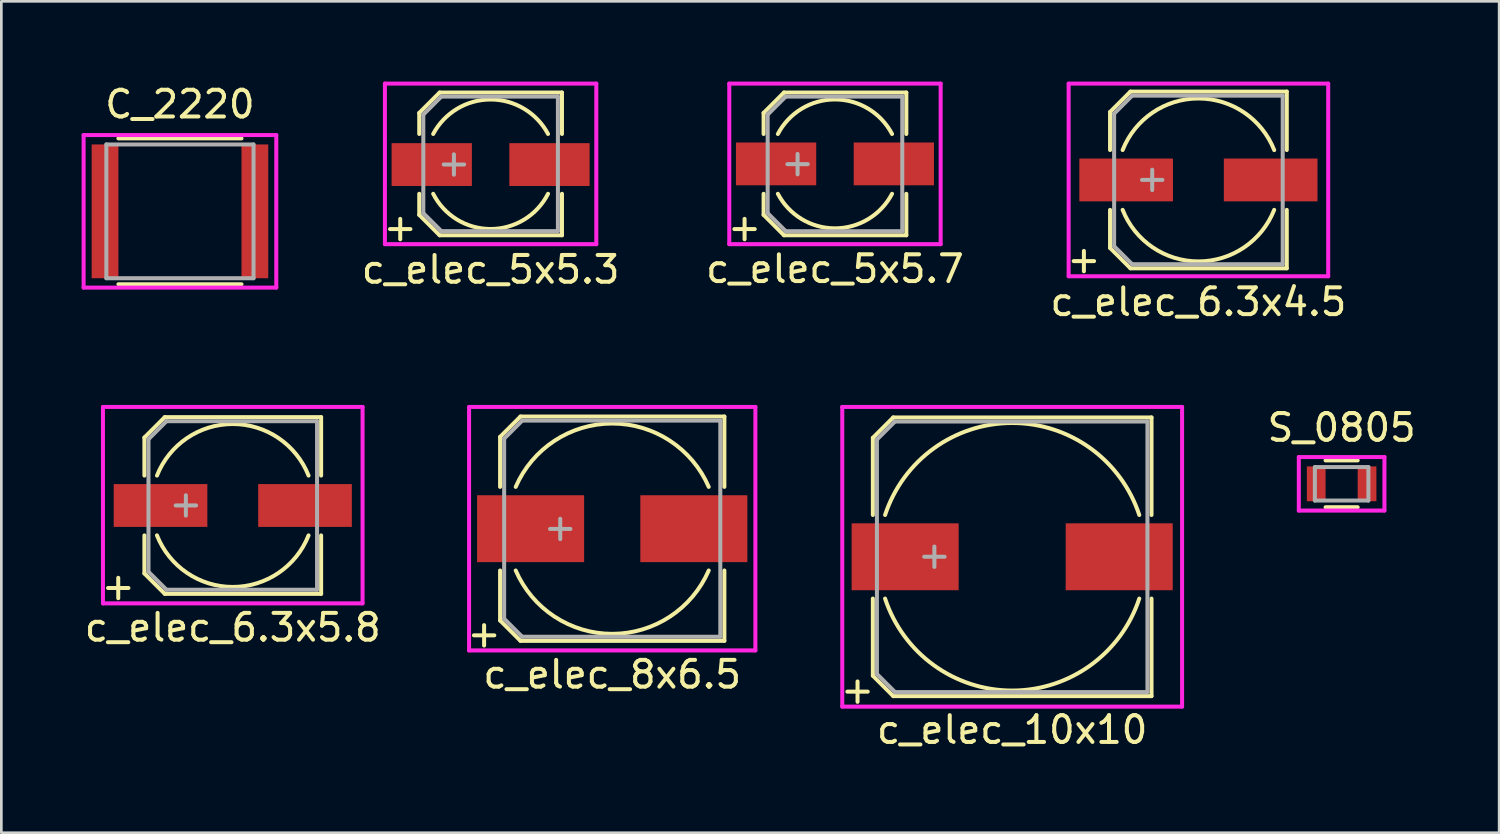
<source format=kicad_pcb>
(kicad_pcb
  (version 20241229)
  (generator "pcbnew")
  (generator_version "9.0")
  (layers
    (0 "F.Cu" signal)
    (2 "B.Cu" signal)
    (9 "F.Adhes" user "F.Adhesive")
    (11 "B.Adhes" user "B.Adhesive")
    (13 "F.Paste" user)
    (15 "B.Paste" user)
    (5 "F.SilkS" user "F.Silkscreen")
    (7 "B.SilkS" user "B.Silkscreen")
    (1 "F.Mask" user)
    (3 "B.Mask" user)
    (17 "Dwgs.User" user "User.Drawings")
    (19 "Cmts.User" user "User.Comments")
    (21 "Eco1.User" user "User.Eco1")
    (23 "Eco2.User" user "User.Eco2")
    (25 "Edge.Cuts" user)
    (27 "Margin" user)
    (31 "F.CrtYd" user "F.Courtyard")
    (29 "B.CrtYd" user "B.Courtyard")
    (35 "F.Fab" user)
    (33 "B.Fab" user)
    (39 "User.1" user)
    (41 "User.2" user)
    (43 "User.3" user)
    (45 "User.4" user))
  (footprint "c_elec_5x5.7"
    (layer "F.Cu")
    (at 28.154 3.075)
    (property "Reference" "c_elec_5x5.7" (at 0 3.924 0) (layer "F.SilkS") (effects (font (size 1 1) (thickness 0.15))))
    (attr smd)
    (fp_line (start -2.667 -1.905) (end -2.667 -1.118) (stroke (width 0.15) (type solid)) (layer "F.SilkS"))
    (fp_line (start -2.667 1.905) (end -2.667 1.118) (stroke (width 0.15) (type solid)) (layer "F.SilkS"))
    (fp_line (start -2.667 1.905) (end -1.905 2.667) (stroke (width 0.15) (type solid)) (layer "F.SilkS"))
    (fp_line (start -1.905 -2.667) (end -2.667 -1.905) (stroke (width 0.15) (type solid)) (layer "F.SilkS"))
    (fp_line (start -1.905 2.667) (end 2.667 2.667) (stroke (width 0.15) (type solid)) (layer "F.SilkS"))
    (fp_line (start 2.667 -2.667) (end -1.905 -2.667) (stroke (width 0.15) (type solid)) (layer "F.SilkS"))
    (fp_line (start 2.667 -2.667) (end 2.667 -1.118) (stroke (width 0.15) (type solid)) (layer "F.SilkS"))
    (fp_line (start 2.667 2.667) (end 2.667 1.118) (stroke (width 0.15) (type solid)) (layer "F.SilkS"))
    (fp_arc (start -2.1336 -1.1176) (mid 0 -2.408584) (end 2.1336 -1.1176) (stroke (width 0.15) (type solid)) (layer "F.SilkS"))
    (fp_arc (start 2.1336 1.1176) (mid 0 2.408584) (end -2.1336 1.1176) (stroke (width 0.15) (type solid)) (layer "F.SilkS"))
    (fp_line (start -3.95 -3) (end -3.95 3) (stroke (width 0.15) (type solid)) (layer "F.CrtYd"))
    (fp_line (start -3.95 3) (end 3.95 3) (stroke (width 0.15) (type solid)) (layer "F.CrtYd"))
    (fp_line (start 3.95 -3) (end -3.95 -3) (stroke (width 0.15) (type solid)) (layer "F.CrtYd"))
    (fp_line (start 3.95 3) (end 3.95 -3) (stroke (width 0.15) (type solid)) (layer "F.CrtYd"))
    (fp_line (start -2.515 -1.841) (end -2.515 1.841) (stroke (width 0.15) (type solid)) (layer "F.Fab"))
    (fp_line (start -2.515 1.841) (end -1.841 2.515) (stroke (width 0.15) (type solid)) (layer "F.Fab"))
    (fp_line (start -1.841 -2.515) (end -2.515 -1.841) (stroke (width 0.15) (type solid)) (layer "F.Fab"))
    (fp_line (start -1.841 2.515) (end 2.515 2.515) (stroke (width 0.15) (type solid)) (layer "F.Fab"))
    (fp_line (start 2.515 -2.515) (end -1.841 -2.515) (stroke (width 0.15) (type solid)) (layer "F.Fab"))
    (fp_line (start 2.515 2.515) (end 2.515 -2.515) (stroke (width 0.15) (type solid)) (layer "F.Fab"))
    (fp_text user "+" (at -3.378 2.362 0) (layer "F.SilkS") (effects (font (size 1 1) (thickness 0.15))))
    (fp_text user "+" (at -1.397 -0.064 0) (layer "F.Fab") (effects (font (size 1 1) (thickness 0.15))))
    (pad "1" smd rect (at -2.2 0 180) (size 3 1.6) (layers "F.Cu" "F.Mask" "F.Paste"))
    (pad "2" smd rect (at 2.2 0 180) (size 3 1.6) (layers "F.Cu" "F.Mask" "F.Paste")))
  (footprint "c_elec_8x6.5"
    (layer "F.Cu")
    (at 19.83 16.708)
    (property "Reference" "c_elec_8x6.5" (at 0 5.448 0) (layer "F.SilkS") (effects (font (size 1 1) (thickness 0.15))))
    (attr smd)
    (fp_line (start -4.191 -3.429) (end -4.191 -1.562) (stroke (width 0.15) (type solid)) (layer "F.SilkS"))
    (fp_line (start -4.191 -3.429) (end -3.429 -4.191) (stroke (width 0.15) (type solid)) (layer "F.SilkS"))
    (fp_line (start -4.191 3.429) (end -4.191 1.562) (stroke (width 0.15) (type solid)) (layer "F.SilkS"))
    (fp_line (start -3.429 -4.191) (end 4.191 -4.191) (stroke (width 0.15) (type solid)) (layer "F.SilkS"))
    (fp_line (start -3.429 4.191) (end -4.191 3.429) (stroke (width 0.15) (type solid)) (layer "F.SilkS"))
    (fp_line (start 4.191 -4.191) (end 4.191 -1.562) (stroke (width 0.15) (type solid)) (layer "F.SilkS"))
    (fp_line (start 4.191 4.191) (end -3.429 4.191) (stroke (width 0.15) (type solid)) (layer "F.SilkS"))
    (fp_line (start 4.191 4.191) (end 4.191 1.562) (stroke (width 0.15) (type solid)) (layer "F.SilkS"))
    (fp_arc (start -3.6068 -1.5621) (mid 0 -3.930542) (end 3.6068 -1.5621) (stroke (width 0.15) (type solid)) (layer "F.SilkS"))
    (fp_arc (start 3.6068 1.5621) (mid 0 3.930542) (end -3.6068 1.5621) (stroke (width 0.15) (type solid)) (layer "F.SilkS"))
    (fp_line (start -5.35 -4.55) (end -5.35 4.55) (stroke (width 0.15) (type solid)) (layer "F.CrtYd"))
    (fp_line (start -5.35 4.55) (end 5.35 4.55) (stroke (width 0.15) (type solid)) (layer "F.CrtYd"))
    (fp_line (start 5.35 -4.55) (end -5.35 -4.55) (stroke (width 0.15) (type solid)) (layer "F.CrtYd"))
    (fp_line (start 5.35 4.55) (end 5.35 -4.55) (stroke (width 0.15) (type solid)) (layer "F.CrtYd"))
    (fp_line (start -4.039 -3.365) (end -4.039 3.365) (stroke (width 0.15) (type solid)) (layer "F.Fab"))
    (fp_line (start -4.039 3.365) (end -3.365 4.039) (stroke (width 0.15) (type solid)) (layer "F.Fab"))
    (fp_line (start -3.365 -4.039) (end -4.039 -3.365) (stroke (width 0.15) (type solid)) (layer "F.Fab"))
    (fp_line (start -3.365 4.039) (end 4.039 4.039) (stroke (width 0.15) (type solid)) (layer "F.Fab"))
    (fp_line (start 4.039 -4.039) (end -3.365 -4.039) (stroke (width 0.15) (type solid)) (layer "F.Fab"))
    (fp_line (start 4.039 4.039) (end 4.039 -4.039) (stroke (width 0.15) (type solid)) (layer "F.Fab"))
    (fp_text user "+" (at -4.788 3.912 0) (layer "F.SilkS") (effects (font (size 1 1) (thickness 0.15))))
    (fp_text user "+" (at -1.943 -0.064 0) (layer "F.Fab") (effects (font (size 1 1) (thickness 0.15))))
    (pad "1" smd rect (at -3.05 0 180) (size 4 2.5) (layers "F.Cu" "F.Mask" "F.Paste"))
    (pad "2" smd rect (at 3.05 0 180) (size 4 2.5) (layers "F.Cu" "F.Mask" "F.Paste")))
  (footprint "S_0805"
    (layer "F.Cu")
    (at 47.089 15.031)
    (property "Reference" "S_0805" (at 0 -2.1 0) (layer "F.SilkS") (effects (font (size 1 1) (thickness 0.15))))
    (attr smd)
    (fp_line (start -0.6 -0.875) (end 0.6 -0.875) (stroke (width 0.15) (type solid)) (layer "F.SilkS"))
    (fp_line (start 0.6 0.875) (end -0.6 0.875) (stroke (width 0.15) (type solid)) (layer "F.SilkS"))
    (fp_line (start -1.6 -1) (end -1.6 1) (stroke (width 0.15) (type solid)) (layer "F.CrtYd"))
    (fp_line (start -1.6 -1) (end 1.6 -1) (stroke (width 0.15) (type solid)) (layer "F.CrtYd"))
    (fp_line (start -1.6 1) (end 1.6 1) (stroke (width 0.15) (type solid)) (layer "F.CrtYd"))
    (fp_line (start 1.6 -1) (end 1.6 1) (stroke (width 0.15) (type solid)) (layer "F.CrtYd"))
    (fp_line (start -1 -0.625) (end 1 -0.625) (stroke (width 0.15) (type solid)) (layer "F.Fab"))
    (fp_line (start -1 0.625) (end -1 -0.625) (stroke (width 0.15) (type solid)) (layer "F.Fab"))
    (fp_line (start 1 -0.625) (end 1 0.625) (stroke (width 0.15) (type solid)) (layer "F.Fab"))
    (fp_line (start 1 0.625) (end -1 0.625) (stroke (width 0.15) (type solid)) (layer "F.Fab"))
    (pad "1" smd rect (at -0.95 0) (size 0.7 1.3) (layers "F.Cu" "F.Mask" "F.Paste"))
    (pad "2" smd rect (at 0.95 0) (size 0.7 1.3) (layers "F.Cu" "F.Mask" "F.Paste")))
  (footprint "c_elec_10x10"
    (layer "F.Cu")
    (at 34.777 17.758)
    (property "Reference" "c_elec_10x10" (at 0 6.464 0) (layer "F.SilkS") (effects (font (size 1 1) (thickness 0.15))))
    (attr smd)
    (fp_line (start -5.207 -4.445) (end -5.207 -1.562) (stroke (width 0.15) (type solid)) (layer "F.SilkS"))
    (fp_line (start -5.207 -4.445) (end -4.445 -5.207) (stroke (width 0.15) (type solid)) (layer "F.SilkS"))
    (fp_line (start -5.207 4.445) (end -5.207 1.562) (stroke (width 0.15) (type solid)) (layer "F.SilkS"))
    (fp_line (start -4.445 -5.207) (end 5.207 -5.207) (stroke (width 0.15) (type solid)) (layer "F.SilkS"))
    (fp_line (start -4.445 5.207) (end -5.207 4.445) (stroke (width 0.15) (type solid)) (layer "F.SilkS"))
    (fp_line (start 5.207 -5.207) (end 5.207 -1.562) (stroke (width 0.15) (type solid)) (layer "F.SilkS"))
    (fp_line (start 5.207 5.207) (end -4.445 5.207) (stroke (width 0.15) (type solid)) (layer "F.SilkS"))
    (fp_line (start 5.207 5.207) (end 5.207 1.562) (stroke (width 0.15) (type solid)) (layer "F.SilkS"))
    (fp_arc (start -4.7498 -1.5621) (mid 0 -5.000076) (end 4.7498 -1.5621) (stroke (width 0.15) (type solid)) (layer "F.SilkS"))
    (fp_arc (start 4.7498 1.5621) (mid 0 5.000076) (end -4.7498 1.5621) (stroke (width 0.15) (type solid)) (layer "F.SilkS"))
    (fp_line (start -6.35 -5.6) (end -6.35 5.6) (stroke (width 0.15) (type solid)) (layer "F.CrtYd"))
    (fp_line (start -6.35 5.6) (end 6.35 5.6) (stroke (width 0.15) (type solid)) (layer "F.CrtYd"))
    (fp_line (start 6.35 -5.6) (end -6.35 -5.6) (stroke (width 0.15) (type solid)) (layer "F.CrtYd"))
    (fp_line (start 6.35 5.6) (end 6.35 -5.6) (stroke (width 0.15) (type solid)) (layer "F.CrtYd"))
    (fp_line (start -5.055 -4.381) (end -5.055 4.381) (stroke (width 0.15) (type solid)) (layer "F.Fab"))
    (fp_line (start -5.055 4.381) (end -4.381 5.055) (stroke (width 0.15) (type solid)) (layer "F.Fab"))
    (fp_line (start -4.381 -5.055) (end -5.055 -4.381) (stroke (width 0.15) (type solid)) (layer "F.Fab"))
    (fp_line (start -4.381 5.055) (end 5.055 5.055) (stroke (width 0.15) (type solid)) (layer "F.Fab"))
    (fp_line (start 5.055 -5.055) (end -4.381 -5.055) (stroke (width 0.15) (type solid)) (layer "F.Fab"))
    (fp_line (start 5.055 5.055) (end 5.055 -5.055) (stroke (width 0.15) (type solid)) (layer "F.Fab"))
    (fp_text user "+" (at -5.779 4.966 0) (layer "F.SilkS") (effects (font (size 1 1) (thickness 0.15))))
    (fp_text user "+" (at -2.908 -0.076 0) (layer "F.Fab") (effects (font (size 1 1) (thickness 0.15))))
    (pad "1" smd rect (at -4 0 180) (size 4 2.5) (layers "F.Cu" "F.Mask" "F.Paste"))
    (pad "2" smd rect (at 4 0 180) (size 4 2.5) (layers "F.Cu" "F.Mask" "F.Paste")))
  (footprint "c_elec_5x5.3"
    (layer "F.Cu")
    (at 15.285 3.1)
    (property "Reference" "c_elec_5x5.3" (at 0 3.924 0) (layer "F.SilkS") (effects (font (size 1 1) (thickness 0.15))))
    (attr smd)
    (fp_line (start -2.667 -1.93) (end -2.667 -1.143) (stroke (width 0.15) (type solid)) (layer "F.SilkS"))
    (fp_line (start -2.667 1.88) (end -2.667 1.092) (stroke (width 0.15) (type solid)) (layer "F.SilkS"))
    (fp_line (start -2.667 1.88) (end -1.905 2.642) (stroke (width 0.15) (type solid)) (layer "F.SilkS"))
    (fp_line (start -1.905 -2.692) (end -2.667 -1.93) (stroke (width 0.15) (type solid)) (layer "F.SilkS"))
    (fp_line (start -1.905 2.642) (end 2.667 2.642) (stroke (width 0.15) (type solid)) (layer "F.SilkS"))
    (fp_line (start 2.667 -2.692) (end -1.905 -2.692) (stroke (width 0.15) (type solid)) (layer "F.SilkS"))
    (fp_line (start 2.667 -2.692) (end 2.667 -1.143) (stroke (width 0.15) (type solid)) (layer "F.SilkS"))
    (fp_line (start 2.667 2.642) (end 2.667 1.092) (stroke (width 0.15) (type solid)) (layer "F.SilkS"))
    (fp_arc (start -2.1463 -1.143) (mid -0.000369 -2.431677) (end 2.145953 -1.143652) (stroke (width 0.15) (type solid)) (layer "F.SilkS"))
    (fp_arc (start 2.1463 1.0922) (mid 0.000206 2.408216) (end -2.146113 1.092567) (stroke (width 0.15) (type solid)) (layer "F.SilkS"))
    (fp_line (start -3.95 -3.025) (end -3.95 2.975) (stroke (width 0.15) (type solid)) (layer "F.CrtYd"))
    (fp_line (start -3.95 2.975) (end 3.95 2.975) (stroke (width 0.15) (type solid)) (layer "F.CrtYd"))
    (fp_line (start 3.95 -3.025) (end -3.95 -3.025) (stroke (width 0.15) (type solid)) (layer "F.CrtYd"))
    (fp_line (start 3.95 2.975) (end 3.95 -3.025) (stroke (width 0.15) (type solid)) (layer "F.CrtYd"))
    (fp_line (start -2.515 -1.867) (end -2.515 1.816) (stroke (width 0.15) (type solid)) (layer "F.Fab"))
    (fp_line (start -2.515 1.816) (end -1.841 2.489) (stroke (width 0.15) (type solid)) (layer "F.Fab"))
    (fp_line (start -1.841 -2.54) (end -2.515 -1.867) (stroke (width 0.15) (type solid)) (layer "F.Fab"))
    (fp_line (start -1.841 2.489) (end 2.515 2.489) (stroke (width 0.15) (type solid)) (layer "F.Fab"))
    (fp_line (start 2.515 -2.54) (end -1.841 -2.54) (stroke (width 0.15) (type solid)) (layer "F.Fab"))
    (fp_line (start 2.515 2.489) (end 2.515 -2.54) (stroke (width 0.15) (type solid)) (layer "F.Fab"))
    (fp_text user "+" (at -3.378 2.337 0) (layer "F.SilkS") (effects (font (size 1 1) (thickness 0.15))))
    (fp_text user "+" (at -1.372 -0.076 0) (layer "F.Fab") (effects (font (size 1 1) (thickness 0.15))))
    (pad "1" smd rect (at -2.2 0 180) (size 3 1.6) (layers "F.Cu" "F.Mask" "F.Paste"))
    (pad "2" smd rect (at 2.2 0 180) (size 3 1.6) (layers "F.Cu" "F.Mask" "F.Paste")))
  (footprint "C_2220"
    (layer "F.Cu")
    (at 3.675 4.848)
    (property "Reference" "C_2220" (at 0 -4 0) (layer "F.SilkS") (effects (font (size 1 1) (thickness 0.15))))
    (attr smd)
    (fp_line (start -2.3 2.725) (end 2.3 2.725) (stroke (width 0.15) (type solid)) (layer "F.SilkS"))
    (fp_line (start 2.3 -2.725) (end -2.3 -2.725) (stroke (width 0.15) (type solid)) (layer "F.SilkS"))
    (fp_line (start -3.6 -2.85) (end -3.6 2.85) (stroke (width 0.15) (type solid)) (layer "F.CrtYd"))
    (fp_line (start -3.6 -2.85) (end 3.6 -2.85) (stroke (width 0.15) (type solid)) (layer "F.CrtYd"))
    (fp_line (start -3.6 2.85) (end 3.6 2.85) (stroke (width 0.15) (type solid)) (layer "F.CrtYd"))
    (fp_line (start 3.6 -2.85) (end 3.6 2.85) (stroke (width 0.15) (type solid)) (layer "F.CrtYd"))
    (fp_line (start -2.75 -2.5) (end 2.75 -2.5) (stroke (width 0.15) (type solid)) (layer "F.Fab"))
    (fp_line (start -2.75 2.5) (end -2.75 -2.5) (stroke (width 0.15) (type solid)) (layer "F.Fab"))
    (fp_line (start 2.75 -2.5) (end 2.75 2.5) (stroke (width 0.15) (type solid)) (layer "F.Fab"))
    (fp_line (start 2.75 2.5) (end -2.75 2.5) (stroke (width 0.15) (type solid)) (layer "F.Fab"))
    (pad "1" smd rect (at -2.8 0) (size 1 5) (layers "F.Cu" "F.Mask" "F.Paste"))
    (pad "2" smd rect (at 2.8 0) (size 1 5) (layers "F.Cu" "F.Mask" "F.Paste")))
  (footprint "c_elec_6.3x5.8"
    (layer "F.Cu")
    (at 5.649 15.841)
    (property "Reference" "c_elec_6.3x5.8" (at 0 4.559 0) (layer "F.SilkS") (effects (font (size 1 1) (thickness 0.15))))
    (attr smd)
    (fp_line (start -3.302 -2.54) (end -3.302 -1.118) (stroke (width 0.15) (type solid)) (layer "F.SilkS"))
    (fp_line (start -3.302 -2.54) (end -2.54 -3.302) (stroke (width 0.15) (type solid)) (layer "F.SilkS"))
    (fp_line (start -3.302 2.54) (end -3.302 1.118) (stroke (width 0.15) (type solid)) (layer "F.SilkS"))
    (fp_line (start -2.54 -3.302) (end 3.302 -3.302) (stroke (width 0.15) (type solid)) (layer "F.SilkS"))
    (fp_line (start -2.54 3.302) (end -3.302 2.54) (stroke (width 0.15) (type solid)) (layer "F.SilkS"))
    (fp_line (start 3.302 -3.302) (end 3.302 -1.118) (stroke (width 0.15) (type solid)) (layer "F.SilkS"))
    (fp_line (start 3.302 3.302) (end -2.54 3.302) (stroke (width 0.15) (type solid)) (layer "F.SilkS"))
    (fp_line (start 3.302 3.302) (end 3.302 1.118) (stroke (width 0.15) (type solid)) (layer "F.SilkS"))
    (fp_arc (start -2.8321 -1.1176) (mid 0 -3.044638) (end 2.8321 -1.1176) (stroke (width 0.15) (type solid)) (layer "F.SilkS"))
    (fp_arc (start 2.8321 1.1176) (mid -0.001072 3.044638) (end -2.832886 1.115606) (stroke (width 0.15) (type solid)) (layer "F.SilkS"))
    (fp_line (start -4.851 -3.683) (end 4.851 -3.683) (stroke (width 0.15) (type solid)) (layer "F.CrtYd"))
    (fp_line (start -4.851 3.658) (end -4.851 -3.683) (stroke (width 0.15) (type solid)) (layer "F.CrtYd"))
    (fp_line (start 4.851 -3.683) (end 4.851 3.658) (stroke (width 0.15) (type solid)) (layer "F.CrtYd"))
    (fp_line (start 4.851 3.658) (end -4.851 3.658) (stroke (width 0.15) (type solid)) (layer "F.CrtYd"))
    (fp_line (start -3.15 -2.477) (end -3.15 2.477) (stroke (width 0.15) (type solid)) (layer "F.Fab"))
    (fp_line (start -3.15 2.477) (end -2.477 3.15) (stroke (width 0.15) (type solid)) (layer "F.Fab"))
    (fp_line (start -2.477 -3.15) (end -3.15 -2.477) (stroke (width 0.15) (type solid)) (layer "F.Fab"))
    (fp_line (start -2.477 3.15) (end 3.15 3.15) (stroke (width 0.15) (type solid)) (layer "F.Fab"))
    (fp_line (start 3.15 -3.15) (end -2.477 -3.15) (stroke (width 0.15) (type solid)) (layer "F.Fab"))
    (fp_line (start 3.15 3.15) (end 3.15 -3.15) (stroke (width 0.15) (type solid)) (layer "F.Fab"))
    (fp_text user "+" (at -4.28 3.01 0) (layer "F.SilkS") (effects (font (size 1 1) (thickness 0.15))))
    (fp_text user "+" (at -1.753 -0.076 0) (layer "F.Fab") (effects (font (size 1 1) (thickness 0.15))))
    (pad "1" smd rect (at -2.7 0 180) (size 3.5 1.6) (layers "F.Cu" "F.Mask" "F.Paste"))
    (pad "2" smd rect (at 2.7 0 180) (size 3.5 1.6) (layers "F.Cu" "F.Mask" "F.Paste")))
  (footprint "c_elec_6.3x4.5"
    (layer "F.Cu")
    (at 41.737 3.675)
    (property "Reference" "c_elec_6.3x4.5" (at 0 4.559 0) (layer "F.SilkS") (effects (font (size 1 1) (thickness 0.15))))
    (attr smd)
    (fp_line (start -3.302 -2.54) (end -3.302 -1.118) (stroke (width 0.15) (type solid)) (layer "F.SilkS"))
    (fp_line (start -3.302 -2.54) (end -2.54 -3.302) (stroke (width 0.15) (type solid)) (layer "F.SilkS"))
    (fp_line (start -3.302 2.54) (end -3.302 1.118) (stroke (width 0.15) (type solid)) (layer "F.SilkS"))
    (fp_line (start -2.54 -3.302) (end 3.302 -3.302) (stroke (width 0.15) (type solid)) (layer "F.SilkS"))
    (fp_line (start -2.54 3.302) (end -3.302 2.54) (stroke (width 0.15) (type solid)) (layer "F.SilkS"))
    (fp_line (start 3.302 -3.302) (end 3.302 -1.118) (stroke (width 0.15) (type solid)) (layer "F.SilkS"))
    (fp_line (start 3.302 3.302) (end -2.54 3.302) (stroke (width 0.15) (type solid)) (layer "F.SilkS"))
    (fp_line (start 3.302 3.302) (end 3.302 1.118) (stroke (width 0.15) (type solid)) (layer "F.SilkS"))
    (fp_arc (start -2.8321 -1.1176) (mid 0.001257 -3.044638) (end 2.833022 -1.115262) (stroke (width 0.15) (type solid)) (layer "F.SilkS"))
    (fp_arc (start 2.8321 1.1176) (mid 0 3.044638) (end -2.8321 1.1176) (stroke (width 0.15) (type solid)) (layer "F.SilkS"))
    (fp_line (start -4.85 -3.6) (end -4.85 3.6) (stroke (width 0.15) (type solid)) (layer "F.CrtYd"))
    (fp_line (start -4.85 3.6) (end 4.85 3.6) (stroke (width 0.15) (type solid)) (layer "F.CrtYd"))
    (fp_line (start 4.85 -3.6) (end -4.85 -3.6) (stroke (width 0.15) (type solid)) (layer "F.CrtYd"))
    (fp_line (start 4.85 3.6) (end 4.85 -3.6) (stroke (width 0.15) (type solid)) (layer "F.CrtYd"))
    (fp_line (start -3.15 -2.477) (end -3.15 2.477) (stroke (width 0.15) (type solid)) (layer "F.Fab"))
    (fp_line (start -3.15 2.477) (end -2.477 3.15) (stroke (width 0.15) (type solid)) (layer "F.Fab"))
    (fp_line (start -2.477 -3.15) (end -3.15 -2.477) (stroke (width 0.15) (type solid)) (layer "F.Fab"))
    (fp_line (start -2.477 3.15) (end 3.15 3.15) (stroke (width 0.15) (type solid)) (layer "F.Fab"))
    (fp_line (start 3.15 -3.15) (end -2.477 -3.15) (stroke (width 0.15) (type solid)) (layer "F.Fab"))
    (fp_line (start 3.15 3.15) (end 3.15 -3.15) (stroke (width 0.15) (type solid)) (layer "F.Fab"))
    (fp_text user "+" (at -4.28 2.959 0) (layer "F.SilkS") (effects (font (size 1 1) (thickness 0.15))))
    (fp_text user "+" (at -1.727 -0.076 0) (layer "F.Fab") (effects (font (size 1 1) (thickness 0.15))))
    (pad "1" smd rect (at -2.7 0 180) (size 3.5 1.6) (layers "F.Cu" "F.Mask" "F.Paste"))
    (pad "2" smd rect (at 2.7 0 180) (size 3.5 1.6) (layers "F.Cu" "F.Mask" "F.Paste")))
  (gr_rect
    (start -3 -3)
    (end 52.976 28.07)
    (stroke (width 0.1) (type default))
    (fill no)
    (layer "Edge.Cuts")))
</source>
